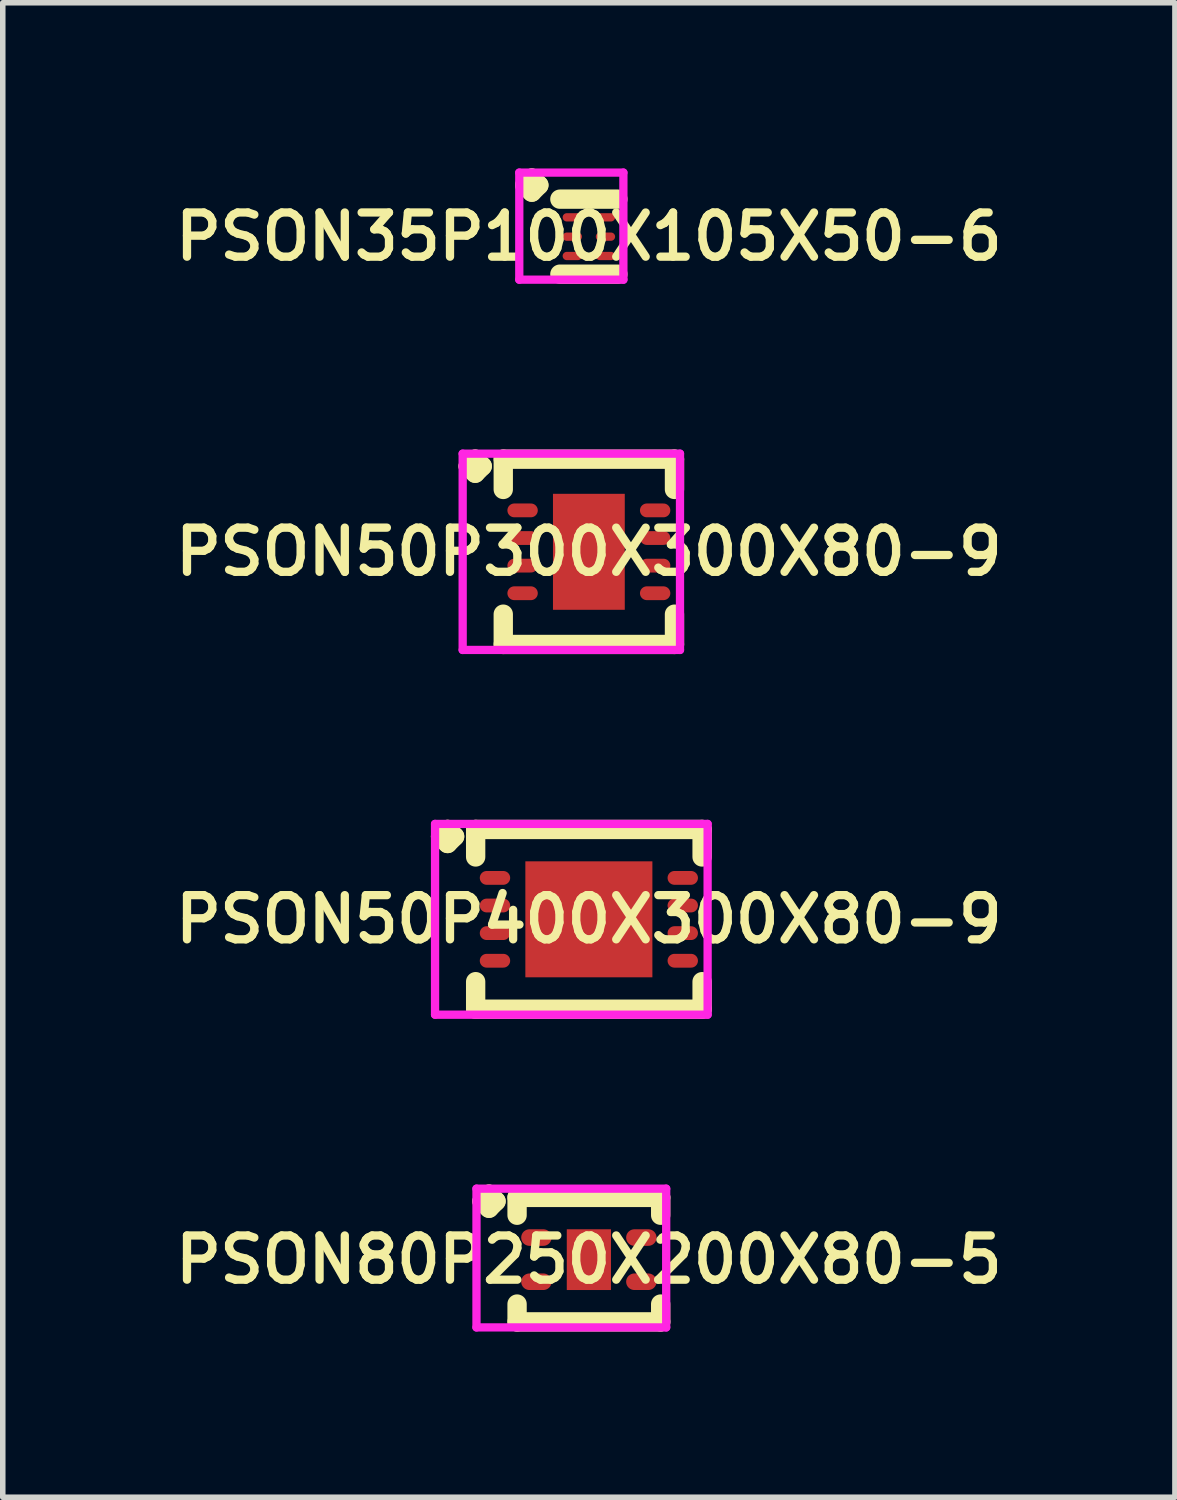
<source format=kicad_pcb>
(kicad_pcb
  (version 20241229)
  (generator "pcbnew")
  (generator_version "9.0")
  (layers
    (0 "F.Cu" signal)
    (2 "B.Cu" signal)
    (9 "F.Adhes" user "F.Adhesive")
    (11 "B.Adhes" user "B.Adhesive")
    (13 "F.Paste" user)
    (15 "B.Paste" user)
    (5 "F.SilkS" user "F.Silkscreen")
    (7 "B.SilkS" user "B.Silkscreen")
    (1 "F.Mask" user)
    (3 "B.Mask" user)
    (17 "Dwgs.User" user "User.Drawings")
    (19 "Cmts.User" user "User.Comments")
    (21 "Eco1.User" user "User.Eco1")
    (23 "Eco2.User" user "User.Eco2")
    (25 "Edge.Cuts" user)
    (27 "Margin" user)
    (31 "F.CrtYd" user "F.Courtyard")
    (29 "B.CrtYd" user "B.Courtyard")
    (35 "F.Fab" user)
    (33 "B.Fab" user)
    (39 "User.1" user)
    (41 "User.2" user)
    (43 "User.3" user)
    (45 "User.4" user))
  (footprint "PSON50P400X300X80-9"
    (layer "F.Cu")
    (at 7.612 13.595)
    (property "Reference" "PSON50P400X300X80-9" (at 0 0 0) (layer "F.SilkS") (effects (font (size 0.8 0.8) (thickness 0.15))))
    (attr smd)
    (fp_line (start -2.685 -1.5) (end -2.558 -1.627) (stroke (width 0.35) (type solid)) (layer "F.SilkS"))
    (fp_line (start -2.558 -1.627) (end -2.431 -1.5) (stroke (width 0.35) (type solid)) (layer "F.SilkS"))
    (fp_line (start -2.558 -1.373) (end -2.685 -1.5) (stroke (width 0.35) (type solid)) (layer "F.SilkS"))
    (fp_line (start -2.431 -1.5) (end -2.558 -1.373) (stroke (width 0.35) (type solid)) (layer "F.SilkS"))
    (fp_line (start -2.05 -1.627) (end 2.05 -1.627) (stroke (width 0.35) (type solid)) (layer "F.SilkS"))
    (fp_line (start -2.05 -1.129) (end -2.05 -1.627) (stroke (width 0.35) (type solid)) (layer "F.SilkS"))
    (fp_line (start -2.05 1.129) (end -2.05 1.627) (stroke (width 0.35) (type solid)) (layer "F.SilkS"))
    (fp_line (start -2.05 1.627) (end 2.05 1.627) (stroke (width 0.35) (type solid)) (layer "F.SilkS"))
    (fp_line (start 2.05 -1.627) (end 2.05 -1.129) (stroke (width 0.35) (type solid)) (layer "F.SilkS"))
    (fp_line (start 2.05 1.627) (end 2.05 1.129) (stroke (width 0.35) (type solid)) (layer "F.SilkS"))
    (fp_line (start -2.785 -1.727) (end 2.15 -1.727) (stroke (width 0.15) (type solid)) (layer "F.CrtYd"))
    (fp_line (start -2.785 1.727) (end -2.785 -1.727) (stroke (width 0.15) (type solid)) (layer "F.CrtYd"))
    (fp_line (start 2.15 -1.727) (end 2.15 1.727) (stroke (width 0.15) (type solid)) (layer "F.CrtYd"))
    (fp_line (start 2.15 1.727) (end -2.785 1.727) (stroke (width 0.15) (type solid)) (layer "F.CrtYd"))
    (pad "1" smd oval (at -1.7 -0.75) (size 0.55 0.25) (layers "F.Cu" "F.Mask" "F.Paste"))
    (pad "2" smd oval (at -1.7 -0.25) (size 0.55 0.25) (layers "F.Cu" "F.Mask" "F.Paste"))
    (pad "3" smd oval (at -1.7 0.25) (size 0.55 0.25) (layers "F.Cu" "F.Mask" "F.Paste"))
    (pad "4" smd oval (at -1.7 0.75) (size 0.55 0.25) (layers "F.Cu" "F.Mask" "F.Paste"))
    (pad "5" smd oval (at 1.7 0.75) (size 0.55 0.25) (layers "F.Cu" "F.Mask" "F.Paste"))
    (pad "6" smd oval (at 1.7 0.25) (size 0.55 0.25) (layers "F.Cu" "F.Mask" "F.Paste"))
    (pad "7" smd oval (at 1.7 -0.25) (size 0.55 0.25) (layers "F.Cu" "F.Mask" "F.Paste"))
    (pad "8" smd oval (at 1.7 -0.75) (size 0.55 0.25) (layers "F.Cu" "F.Mask" "F.Paste"))
    (pad "9" smd rect (at 0 0) (size 2.3 2.1) (layers "F.Cu" "F.Mask" "F.Paste")))
  (footprint "PSON35P100X105X50-6"
    (layer "F.Cu")
    (at 7.612 1.235)
    (property "Reference" "PSON35P100X105X50-6" (at 0 0 0) (layer "F.SilkS") (effects (font (size 0.8 0.8) (thickness 0.15))))
    (attr smd)
    (fp_line (start -1.16 -0.933) (end -1.033 -1.06) (stroke (width 0.35) (type solid)) (layer "F.SilkS"))
    (fp_line (start -1.033 -1.06) (end -0.906 -0.933) (stroke (width 0.35) (type solid)) (layer "F.SilkS"))
    (fp_line (start -1.033 -0.806) (end -1.16 -0.933) (stroke (width 0.35) (type solid)) (layer "F.SilkS"))
    (fp_line (start -0.906 -0.933) (end -1.033 -0.806) (stroke (width 0.35) (type solid)) (layer "F.SilkS"))
    (fp_line (start -0.525 -0.679) (end 0.525 -0.679) (stroke (width 0.35) (type solid)) (layer "F.SilkS"))
    (fp_line (start -0.525 0.679) (end 0.525 0.679) (stroke (width 0.35) (type solid)) (layer "F.SilkS"))
    (fp_line (start -1.26 -1.16) (end 0.625 -1.16) (stroke (width 0.15) (type solid)) (layer "F.CrtYd"))
    (fp_line (start -1.26 0.779) (end -1.26 -1.16) (stroke (width 0.15) (type solid)) (layer "F.CrtYd"))
    (fp_line (start 0.625 -1.16) (end 0.625 0.779) (stroke (width 0.15) (type solid)) (layer "F.CrtYd"))
    (fp_line (start 0.625 0.779) (end -1.26 0.779) (stroke (width 0.15) (type solid)) (layer "F.CrtYd"))
    (pad "1" smd oval (at -0.3 -0.35) (size 0.35 0.15) (layers "F.Cu" "F.Mask" "F.Paste"))
    (pad "2" smd oval (at -0.3 0) (size 0.35 0.15) (layers "F.Cu" "F.Mask" "F.Paste"))
    (pad "3" smd oval (at -0.3 0.35) (size 0.35 0.15) (layers "F.Cu" "F.Mask" "F.Paste"))
    (pad "4" smd oval (at 0.3 0.35) (size 0.35 0.15) (layers "F.Cu" "F.Mask" "F.Paste"))
    (pad "5" smd oval (at 0.3 0) (size 0.35 0.15) (layers "F.Cu" "F.Mask" "F.Paste"))
    (pad "6" smd oval (at 0.3 -0.35) (size 0.35 0.15) (layers "F.Cu" "F.Mask" "F.Paste")))
  (footprint "PSON50P300X300X80-9"
    (layer "F.Cu")
    (at 7.612 6.941)
    (property "Reference" "PSON50P300X300X80-9" (at 0 0 0) (layer "F.SilkS") (effects (font (size 0.8 0.8) (thickness 0.15))))
    (attr smd)
    (fp_line (start -2.185 -1.55) (end -2.058 -1.677) (stroke (width 0.35) (type solid)) (layer "F.SilkS"))
    (fp_line (start -2.058 -1.677) (end -1.931 -1.55) (stroke (width 0.35) (type solid)) (layer "F.SilkS"))
    (fp_line (start -2.058 -1.423) (end -2.185 -1.55) (stroke (width 0.35) (type solid)) (layer "F.SilkS"))
    (fp_line (start -1.931 -1.55) (end -2.058 -1.423) (stroke (width 0.35) (type solid)) (layer "F.SilkS"))
    (fp_line (start -1.55 -1.677) (end 1.55 -1.677) (stroke (width 0.35) (type solid)) (layer "F.SilkS"))
    (fp_line (start -1.55 -1.129) (end -1.55 -1.677) (stroke (width 0.35) (type solid)) (layer "F.SilkS"))
    (fp_line (start -1.55 1.129) (end -1.55 1.677) (stroke (width 0.35) (type solid)) (layer "F.SilkS"))
    (fp_line (start -1.55 1.677) (end 1.55 1.677) (stroke (width 0.35) (type solid)) (layer "F.SilkS"))
    (fp_line (start 1.55 -1.677) (end 1.55 -1.129) (stroke (width 0.35) (type solid)) (layer "F.SilkS"))
    (fp_line (start 1.55 1.677) (end 1.55 1.129) (stroke (width 0.35) (type solid)) (layer "F.SilkS"))
    (fp_line (start -2.285 -1.777) (end 1.65 -1.777) (stroke (width 0.15) (type solid)) (layer "F.CrtYd"))
    (fp_line (start -2.285 1.777) (end -2.285 -1.777) (stroke (width 0.15) (type solid)) (layer "F.CrtYd"))
    (fp_line (start 1.65 -1.777) (end 1.65 1.777) (stroke (width 0.15) (type solid)) (layer "F.CrtYd"))
    (fp_line (start 1.65 1.777) (end -2.285 1.777) (stroke (width 0.15) (type solid)) (layer "F.CrtYd"))
    (pad "1" smd oval (at -1.2 -0.75) (size 0.55 0.25) (layers "F.Cu" "F.Mask" "F.Paste"))
    (pad "2" smd oval (at -1.2 -0.25) (size 0.55 0.25) (layers "F.Cu" "F.Mask" "F.Paste"))
    (pad "3" smd oval (at -1.2 0.25) (size 0.55 0.25) (layers "F.Cu" "F.Mask" "F.Paste"))
    (pad "4" smd oval (at -1.2 0.75) (size 0.55 0.25) (layers "F.Cu" "F.Mask" "F.Paste"))
    (pad "5" smd oval (at 1.2 0.75) (size 0.55 0.25) (layers "F.Cu" "F.Mask" "F.Paste"))
    (pad "6" smd oval (at 1.2 0.25) (size 0.55 0.25) (layers "F.Cu" "F.Mask" "F.Paste"))
    (pad "7" smd oval (at 1.2 -0.25) (size 0.55 0.25) (layers "F.Cu" "F.Mask" "F.Paste"))
    (pad "8" smd oval (at 1.2 -0.75) (size 0.55 0.25) (layers "F.Cu" "F.Mask" "F.Paste"))
    (pad "9" smd rect (at 0 0) (size 1.3 2.1) (layers "F.Cu" "F.Mask" "F.Paste")))
  (footprint "PSON80P250X200X80-5"
    (layer "F.Cu")
    (at 7.612 19.757)
    (property "Reference" "PSON80P250X200X80-5" (at 0 0 0) (layer "F.SilkS") (effects (font (size 0.8 0.8) (thickness 0.15))))
    (attr smd)
    (fp_line (start -1.935 -1.058) (end -1.808 -1.185) (stroke (width 0.35) (type solid)) (layer "F.SilkS"))
    (fp_line (start -1.808 -1.185) (end -1.681 -1.058) (stroke (width 0.35) (type solid)) (layer "F.SilkS"))
    (fp_line (start -1.808 -0.931) (end -1.935 -1.058) (stroke (width 0.35) (type solid)) (layer "F.SilkS"))
    (fp_line (start -1.681 -1.058) (end -1.808 -0.931) (stroke (width 0.35) (type solid)) (layer "F.SilkS"))
    (fp_line (start -1.3 -1.127) (end 1.3 -1.127) (stroke (width 0.35) (type solid)) (layer "F.SilkS"))
    (fp_line (start -1.3 -0.804) (end -1.3 -1.127) (stroke (width 0.35) (type solid)) (layer "F.SilkS"))
    (fp_line (start -1.3 0.804) (end -1.3 1.127) (stroke (width 0.35) (type solid)) (layer "F.SilkS"))
    (fp_line (start -1.3 1.127) (end 1.3 1.127) (stroke (width 0.35) (type solid)) (layer "F.SilkS"))
    (fp_line (start 1.3 -1.127) (end 1.3 -0.804) (stroke (width 0.35) (type solid)) (layer "F.SilkS"))
    (fp_line (start 1.3 1.127) (end 1.3 0.804) (stroke (width 0.35) (type solid)) (layer "F.SilkS"))
    (fp_line (start -2.035 -1.285) (end 1.4 -1.285) (stroke (width 0.15) (type solid)) (layer "F.CrtYd"))
    (fp_line (start -2.035 1.227) (end -2.035 -1.285) (stroke (width 0.15) (type solid)) (layer "F.CrtYd"))
    (fp_line (start 1.4 -1.285) (end 1.4 1.227) (stroke (width 0.15) (type solid)) (layer "F.CrtYd"))
    (fp_line (start 1.4 1.227) (end -2.035 1.227) (stroke (width 0.15) (type solid)) (layer "F.CrtYd"))
    (pad "1" smd oval (at -0.95 -0.4) (size 0.55 0.3) (layers "F.Cu" "F.Mask" "F.Paste"))
    (pad "2" smd oval (at -0.95 0.4) (size 0.55 0.3) (layers "F.Cu" "F.Mask" "F.Paste"))
    (pad "3" smd oval (at 0.95 0.4) (size 0.55 0.3) (layers "F.Cu" "F.Mask" "F.Paste"))
    (pad "4" smd oval (at 0.95 -0.4) (size 0.55 0.3) (layers "F.Cu" "F.Mask" "F.Paste"))
    (pad "5" smd rect (at 0 0) (size 0.8 1.1) (layers "F.Cu" "F.Mask" "F.Paste")))
  (gr_rect
    (start -3 -3)
    (end 18.223 24.059)
    (stroke (width 0.1) (type default))
    (fill no)
    (layer "Edge.Cuts")))
</source>
